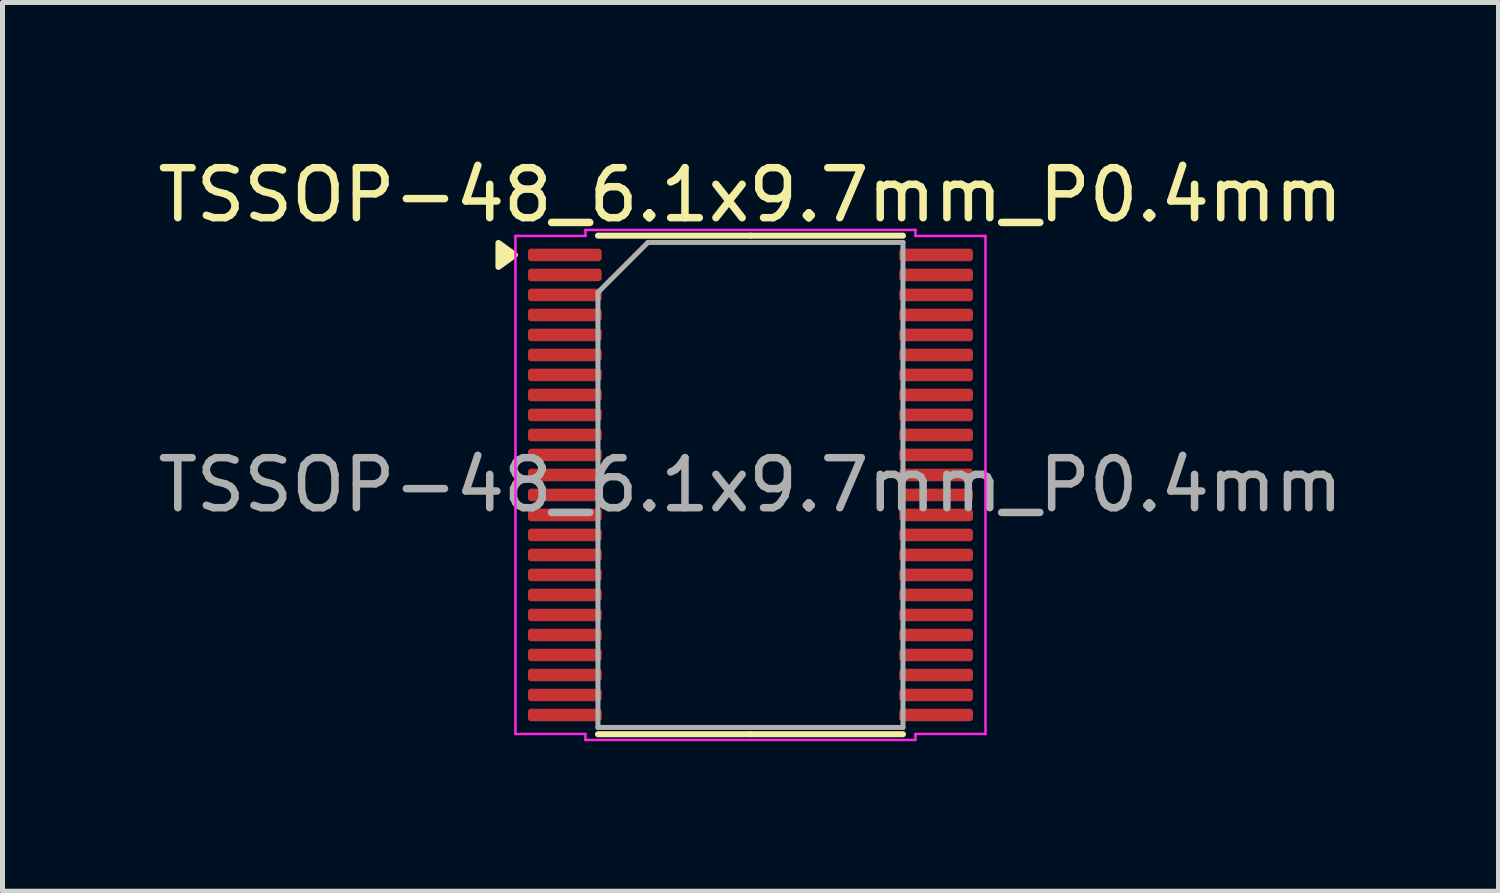
<source format=kicad_pcb>
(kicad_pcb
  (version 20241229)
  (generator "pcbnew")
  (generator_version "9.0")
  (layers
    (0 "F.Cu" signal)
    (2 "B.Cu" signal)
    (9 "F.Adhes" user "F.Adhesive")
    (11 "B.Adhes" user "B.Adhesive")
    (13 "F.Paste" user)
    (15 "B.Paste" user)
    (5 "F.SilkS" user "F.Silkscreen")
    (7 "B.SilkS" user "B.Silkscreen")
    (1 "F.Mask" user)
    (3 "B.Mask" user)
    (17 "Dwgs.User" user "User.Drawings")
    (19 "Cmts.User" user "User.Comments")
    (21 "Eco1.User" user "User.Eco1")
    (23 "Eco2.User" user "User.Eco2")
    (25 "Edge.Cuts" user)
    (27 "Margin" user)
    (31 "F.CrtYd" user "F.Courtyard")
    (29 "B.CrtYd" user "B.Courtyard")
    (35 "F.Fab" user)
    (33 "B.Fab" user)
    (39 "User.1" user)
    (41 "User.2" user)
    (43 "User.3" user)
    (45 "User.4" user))
  (footprint "TSSOP-48_6.1x9.7mm_P0.4mm"
    (layer "F.Cu")
    (at 11.958 6.648)
    (property "Reference" "TSSOP-48_6.1x9.7mm_P0.4mm" (at 0 -5.8 0) (layer "F.SilkS") (effects (font (size 1 1) (thickness 0.15))))
    (attr smd)
    (fp_line (start 0 -4.985) (end -3.05 -4.985) (stroke (width 0.12) (type solid)) (layer "F.SilkS"))
    (fp_line (start 0 -4.985) (end 3.05 -4.985) (stroke (width 0.12) (type solid)) (layer "F.SilkS"))
    (fp_line (start 0 4.985) (end -3.05 4.985) (stroke (width 0.12) (type solid)) (layer "F.SilkS"))
    (fp_line (start 0 4.985) (end 3.05 4.985) (stroke (width 0.12) (type solid)) (layer "F.SilkS"))
    (fp_poly (pts (xy -4.71 -4.6) (xy -5.04 -4.36) (xy -5.04 -4.84)) (stroke (width 0.12) (type solid)) (fill yes) (layer "F.SilkS"))
    (fp_line (start -4.7 -4.98) (end -3.3 -4.98) (stroke (width 0.05) (type solid)) (layer "F.CrtYd"))
    (fp_line (start -4.7 4.98) (end -4.7 -4.98) (stroke (width 0.05) (type solid)) (layer "F.CrtYd"))
    (fp_line (start -3.3 -5.1) (end 3.3 -5.1) (stroke (width 0.05) (type solid)) (layer "F.CrtYd"))
    (fp_line (start -3.3 -4.98) (end -3.3 -5.1) (stroke (width 0.05) (type solid)) (layer "F.CrtYd"))
    (fp_line (start -3.3 4.98) (end -4.7 4.98) (stroke (width 0.05) (type solid)) (layer "F.CrtYd"))
    (fp_line (start -3.3 5.1) (end -3.3 4.98) (stroke (width 0.05) (type solid)) (layer "F.CrtYd"))
    (fp_line (start 3.3 -5.1) (end 3.3 -4.98) (stroke (width 0.05) (type solid)) (layer "F.CrtYd"))
    (fp_line (start 3.3 -4.98) (end 4.7 -4.98) (stroke (width 0.05) (type solid)) (layer "F.CrtYd"))
    (fp_line (start 3.3 4.98) (end 3.3 5.1) (stroke (width 0.05) (type solid)) (layer "F.CrtYd"))
    (fp_line (start 3.3 5.1) (end -3.3 5.1) (stroke (width 0.05) (type solid)) (layer "F.CrtYd"))
    (fp_line (start 4.7 -4.98) (end 4.7 4.98) (stroke (width 0.05) (type solid)) (layer "F.CrtYd"))
    (fp_line (start 4.7 4.98) (end 3.3 4.98) (stroke (width 0.05) (type solid)) (layer "F.CrtYd"))
    (fp_line (start -3.05 -3.85) (end -2.05 -4.85) (stroke (width 0.1) (type solid)) (layer "F.Fab"))
    (fp_line (start -3.05 4.85) (end -3.05 -3.85) (stroke (width 0.1) (type solid)) (layer "F.Fab"))
    (fp_line (start -2.05 -4.85) (end 3.05 -4.85) (stroke (width 0.1) (type solid)) (layer "F.Fab"))
    (fp_line (start 3.05 -4.85) (end 3.05 4.85) (stroke (width 0.1) (type solid)) (layer "F.Fab"))
    (fp_line (start 3.05 4.85) (end -3.05 4.85) (stroke (width 0.1) (type solid)) (layer "F.Fab"))
    (fp_text user "${REFERENCE}" (at 0 0 0) (layer "F.Fab") (effects (font (size 1 1) (thickness 0.15))))
    (pad "1" smd roundrect (at -3.712 -4.6) (size 1.475 0.25) (layers "F.Cu" "F.Mask" "F.Paste") (roundrect_rratio 0.25))
    (pad "2" smd roundrect (at -3.712 -4.2) (size 1.475 0.25) (layers "F.Cu" "F.Mask" "F.Paste") (roundrect_rratio 0.25))
    (pad "3" smd roundrect (at -3.712 -3.8) (size 1.475 0.25) (layers "F.Cu" "F.Mask" "F.Paste") (roundrect_rratio 0.25))
    (pad "4" smd roundrect (at -3.712 -3.4) (size 1.475 0.25) (layers "F.Cu" "F.Mask" "F.Paste") (roundrect_rratio 0.25))
    (pad "5" smd roundrect (at -3.712 -3) (size 1.475 0.25) (layers "F.Cu" "F.Mask" "F.Paste") (roundrect_rratio 0.25))
    (pad "6" smd roundrect (at -3.712 -2.6) (size 1.475 0.25) (layers "F.Cu" "F.Mask" "F.Paste") (roundrect_rratio 0.25))
    (pad "7" smd roundrect (at -3.712 -2.2) (size 1.475 0.25) (layers "F.Cu" "F.Mask" "F.Paste") (roundrect_rratio 0.25))
    (pad "8" smd roundrect (at -3.712 -1.8) (size 1.475 0.25) (layers "F.Cu" "F.Mask" "F.Paste") (roundrect_rratio 0.25))
    (pad "9" smd roundrect (at -3.712 -1.4) (size 1.475 0.25) (layers "F.Cu" "F.Mask" "F.Paste") (roundrect_rratio 0.25))
    (pad "10" smd roundrect (at -3.712 -1) (size 1.475 0.25) (layers "F.Cu" "F.Mask" "F.Paste") (roundrect_rratio 0.25))
    (pad "11" smd roundrect (at -3.712 -0.6) (size 1.475 0.25) (layers "F.Cu" "F.Mask" "F.Paste") (roundrect_rratio 0.25))
    (pad "12" smd roundrect (at -3.712 -0.2) (size 1.475 0.25) (layers "F.Cu" "F.Mask" "F.Paste") (roundrect_rratio 0.25))
    (pad "13" smd roundrect (at -3.712 0.2) (size 1.475 0.25) (layers "F.Cu" "F.Mask" "F.Paste") (roundrect_rratio 0.25))
    (pad "14" smd roundrect (at -3.712 0.6) (size 1.475 0.25) (layers "F.Cu" "F.Mask" "F.Paste") (roundrect_rratio 0.25))
    (pad "15" smd roundrect (at -3.712 1) (size 1.475 0.25) (layers "F.Cu" "F.Mask" "F.Paste") (roundrect_rratio 0.25))
    (pad "16" smd roundrect (at -3.712 1.4) (size 1.475 0.25) (layers "F.Cu" "F.Mask" "F.Paste") (roundrect_rratio 0.25))
    (pad "17" smd roundrect (at -3.712 1.8) (size 1.475 0.25) (layers "F.Cu" "F.Mask" "F.Paste") (roundrect_rratio 0.25))
    (pad "18" smd roundrect (at -3.712 2.2) (size 1.475 0.25) (layers "F.Cu" "F.Mask" "F.Paste") (roundrect_rratio 0.25))
    (pad "19" smd roundrect (at -3.712 2.6) (size 1.475 0.25) (layers "F.Cu" "F.Mask" "F.Paste") (roundrect_rratio 0.25))
    (pad "20" smd roundrect (at -3.712 3) (size 1.475 0.25) (layers "F.Cu" "F.Mask" "F.Paste") (roundrect_rratio 0.25))
    (pad "21" smd roundrect (at -3.712 3.4) (size 1.475 0.25) (layers "F.Cu" "F.Mask" "F.Paste") (roundrect_rratio 0.25))
    (pad "22" smd roundrect (at -3.712 3.8) (size 1.475 0.25) (layers "F.Cu" "F.Mask" "F.Paste") (roundrect_rratio 0.25))
    (pad "23" smd roundrect (at -3.712 4.2) (size 1.475 0.25) (layers "F.Cu" "F.Mask" "F.Paste") (roundrect_rratio 0.25))
    (pad "24" smd roundrect (at -3.712 4.6) (size 1.475 0.25) (layers "F.Cu" "F.Mask" "F.Paste") (roundrect_rratio 0.25))
    (pad "25" smd roundrect (at 3.712 4.6) (size 1.475 0.25) (layers "F.Cu" "F.Mask" "F.Paste") (roundrect_rratio 0.25))
    (pad "26" smd roundrect (at 3.712 4.2) (size 1.475 0.25) (layers "F.Cu" "F.Mask" "F.Paste") (roundrect_rratio 0.25))
    (pad "27" smd roundrect (at 3.712 3.8) (size 1.475 0.25) (layers "F.Cu" "F.Mask" "F.Paste") (roundrect_rratio 0.25))
    (pad "28" smd roundrect (at 3.712 3.4) (size 1.475 0.25) (layers "F.Cu" "F.Mask" "F.Paste") (roundrect_rratio 0.25))
    (pad "29" smd roundrect (at 3.712 3) (size 1.475 0.25) (layers "F.Cu" "F.Mask" "F.Paste") (roundrect_rratio 0.25))
    (pad "30" smd roundrect (at 3.712 2.6) (size 1.475 0.25) (layers "F.Cu" "F.Mask" "F.Paste") (roundrect_rratio 0.25))
    (pad "31" smd roundrect (at 3.712 2.2) (size 1.475 0.25) (layers "F.Cu" "F.Mask" "F.Paste") (roundrect_rratio 0.25))
    (pad "32" smd roundrect (at 3.712 1.8) (size 1.475 0.25) (layers "F.Cu" "F.Mask" "F.Paste") (roundrect_rratio 0.25))
    (pad "33" smd roundrect (at 3.712 1.4) (size 1.475 0.25) (layers "F.Cu" "F.Mask" "F.Paste") (roundrect_rratio 0.25))
    (pad "34" smd roundrect (at 3.712 1) (size 1.475 0.25) (layers "F.Cu" "F.Mask" "F.Paste") (roundrect_rratio 0.25))
    (pad "35" smd roundrect (at 3.712 0.6) (size 1.475 0.25) (layers "F.Cu" "F.Mask" "F.Paste") (roundrect_rratio 0.25))
    (pad "36" smd roundrect (at 3.712 0.2) (size 1.475 0.25) (layers "F.Cu" "F.Mask" "F.Paste") (roundrect_rratio 0.25))
    (pad "37" smd roundrect (at 3.712 -0.2) (size 1.475 0.25) (layers "F.Cu" "F.Mask" "F.Paste") (roundrect_rratio 0.25))
    (pad "38" smd roundrect (at 3.712 -0.6) (size 1.475 0.25) (layers "F.Cu" "F.Mask" "F.Paste") (roundrect_rratio 0.25))
    (pad "39" smd roundrect (at 3.712 -1) (size 1.475 0.25) (layers "F.Cu" "F.Mask" "F.Paste") (roundrect_rratio 0.25))
    (pad "40" smd roundrect (at 3.712 -1.4) (size 1.475 0.25) (layers "F.Cu" "F.Mask" "F.Paste") (roundrect_rratio 0.25))
    (pad "41" smd roundrect (at 3.712 -1.8) (size 1.475 0.25) (layers "F.Cu" "F.Mask" "F.Paste") (roundrect_rratio 0.25))
    (pad "42" smd roundrect (at 3.712 -2.2) (size 1.475 0.25) (layers "F.Cu" "F.Mask" "F.Paste") (roundrect_rratio 0.25))
    (pad "43" smd roundrect (at 3.712 -2.6) (size 1.475 0.25) (layers "F.Cu" "F.Mask" "F.Paste") (roundrect_rratio 0.25))
    (pad "44" smd roundrect (at 3.712 -3) (size 1.475 0.25) (layers "F.Cu" "F.Mask" "F.Paste") (roundrect_rratio 0.25))
    (pad "45" smd roundrect (at 3.712 -3.4) (size 1.475 0.25) (layers "F.Cu" "F.Mask" "F.Paste") (roundrect_rratio 0.25))
    (pad "46" smd roundrect (at 3.712 -3.8) (size 1.475 0.25) (layers "F.Cu" "F.Mask" "F.Paste") (roundrect_rratio 0.25))
    (pad "47" smd roundrect (at 3.712 -4.2) (size 1.475 0.25) (layers "F.Cu" "F.Mask" "F.Paste") (roundrect_rratio 0.25))
    (pad "48" smd roundrect (at 3.712 -4.6) (size 1.475 0.25) (layers "F.Cu" "F.Mask" "F.Paste") (roundrect_rratio 0.25)))
  (gr_rect
    (start -3 -3)
    (end 26.917 14.773)
    (stroke (width 0.1) (type default))
    (fill no)
    (layer "Edge.Cuts")))
</source>
